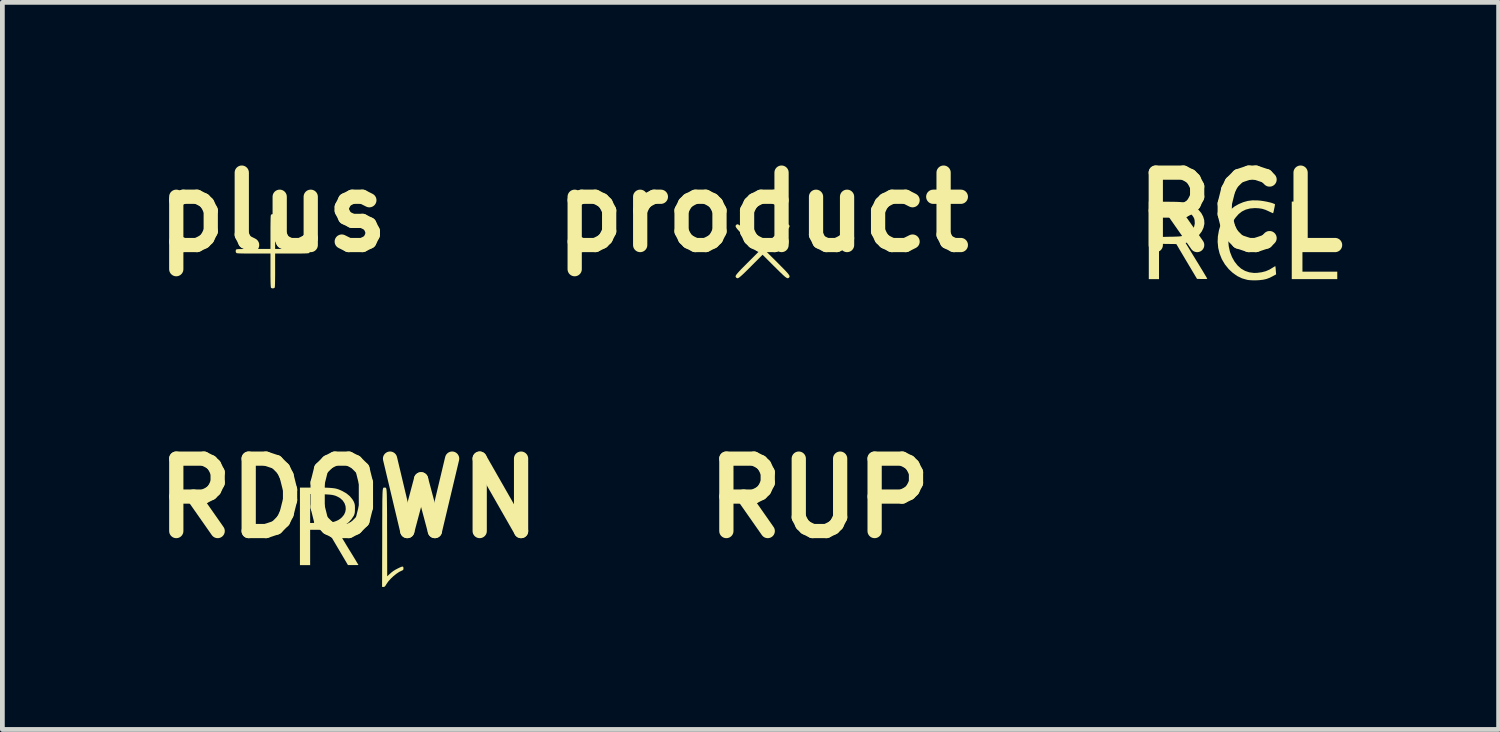
<source format=kicad_pcb>
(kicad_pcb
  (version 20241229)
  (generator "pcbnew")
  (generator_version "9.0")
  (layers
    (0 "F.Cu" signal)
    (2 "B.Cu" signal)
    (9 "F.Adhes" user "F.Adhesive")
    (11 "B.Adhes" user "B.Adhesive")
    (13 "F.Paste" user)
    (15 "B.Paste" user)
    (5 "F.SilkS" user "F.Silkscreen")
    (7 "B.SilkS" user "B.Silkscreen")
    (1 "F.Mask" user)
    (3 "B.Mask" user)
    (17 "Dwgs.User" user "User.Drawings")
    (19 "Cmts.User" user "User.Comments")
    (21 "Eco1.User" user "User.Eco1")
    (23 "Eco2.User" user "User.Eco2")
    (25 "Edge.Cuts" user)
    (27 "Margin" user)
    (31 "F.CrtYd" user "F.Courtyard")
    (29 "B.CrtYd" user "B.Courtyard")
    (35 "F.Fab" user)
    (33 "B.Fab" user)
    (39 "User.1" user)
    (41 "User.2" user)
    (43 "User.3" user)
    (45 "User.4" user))
  (footprint "RDOWN"
    (layer "F.Cu")
    (at 4.289 7.438)
    (property "Reference" "RDOWN" (at 0 0 0) (layer "F.SilkS") (effects (font (size 1.524 1.524) (thickness 0.3))))
    (attr board_only exclude_from_pos_files exclude_from_bom)
    (fp_poly (pts (xy 0.75 -0.225) (xy 0.757 -0.225) (xy 0.758 -0.225) (xy 0.766 -0.225) (xy 0.773 -0.224) (xy 0.779 -0.222) (xy 0.785 -0.218) (xy 0.789 -0.209) (xy 0.793 -0.195) (xy 0.796 -0.175) (xy 0.799 -0.147) (xy 0.801 -0.111) (xy 0.803 -0.066) (xy 0.804 -0.009) (xy 0.805 0.059) (xy 0.806 0.141) (xy 0.807 0.237) (xy 0.808 0.348) (xy 0.808 0.475) (xy 0.808 0.621) (xy 0.809 0.725) (xy 0.811 1.642) (xy 0.854 1.602) (xy 0.9 1.561) (xy 0.941 1.53) (xy 0.986 1.502) (xy 1.04 1.474) (xy 1.086 1.452) (xy 1.118 1.44) (xy 1.137 1.437) (xy 1.148 1.444) (xy 1.152 1.46) (xy 1.153 1.473) (xy 1.151 1.499) (xy 1.141 1.512) (xy 1.118 1.523) (xy 1.064 1.549) (xy 1.004 1.589) (xy 0.943 1.638) (xy 0.885 1.693) (xy 0.834 1.75) (xy 0.795 1.806) (xy 0.792 1.811) (xy 0.773 1.842) (xy 0.759 1.858) (xy 0.744 1.865) (xy 0.732 1.866) (xy 0.703 1.866) (xy 0.706 0.83) (xy 0.706 0.664) (xy 0.706 0.515) (xy 0.707 0.385) (xy 0.707 0.27) (xy 0.708 0.171) (xy 0.708 0.086) (xy 0.709 0.014) (xy 0.711 -0.046) (xy 0.712 -0.095) (xy 0.714 -0.134) (xy 0.716 -0.165) (xy 0.719 -0.188) (xy 0.723 -0.204) (xy 0.727 -0.215) (xy 0.731 -0.221) (xy 0.737 -0.224) (xy 0.743 -0.225)) (stroke (width 0) (type solid)) (fill yes) (layer "F.SilkS"))
    (fp_poly (pts (xy -0.595 -0.224) (xy -0.508 -0.224) (xy -0.436 -0.222) (xy -0.377 -0.218) (xy -0.326 -0.213) (xy -0.284 -0.207) (xy -0.246 -0.198) (xy -0.21 -0.186) (xy -0.174 -0.171) (xy -0.135 -0.153) (xy -0.131 -0.151) (xy -0.047 -0.103) (xy 0.023 -0.045) (xy 0.078 0.021) (xy 0.104 0.064) (xy 0.117 0.094) (xy 0.125 0.119) (xy 0.13 0.147) (xy 0.132 0.184) (xy 0.132 0.22) (xy 0.131 0.267) (xy 0.129 0.3) (xy 0.123 0.326) (xy 0.114 0.352) (xy 0.103 0.375) (xy 0.057 0.444) (xy -0.004 0.509) (xy -0.079 0.565) (xy -0.165 0.61) (xy -0.196 0.623) (xy -0.224 0.636) (xy -0.242 0.647) (xy -0.247 0.654) (xy -0.241 0.664) (xy -0.227 0.689) (xy -0.204 0.728) (xy -0.174 0.777) (xy -0.138 0.837) (xy -0.097 0.904) (xy -0.053 0.978) (xy -0.02 1.032) (xy 0.027 1.109) (xy 0.071 1.18) (xy 0.11 1.244) (xy 0.144 1.3) (xy 0.171 1.346) (xy 0.191 1.379) (xy 0.203 1.399) (xy 0.205 1.403) (xy 0.196 1.405) (xy 0.171 1.406) (xy 0.135 1.406) (xy 0.095 1.406) (xy -0.015 1.406) (xy -0.453 0.664) (xy -0.811 0.664) (xy -0.811 1.407) (xy -1.026 1.407) (xy -1.026 -0.09) (xy -0.811 -0.09) (xy -0.811 0.52) (xy -0.584 0.516) (xy -0.509 0.514) (xy -0.451 0.512) (xy -0.406 0.51) (xy -0.372 0.507) (xy -0.345 0.503) (xy -0.322 0.498) (xy -0.3 0.491) (xy -0.294 0.49) (xy -0.245 0.471) (xy -0.207 0.451) (xy -0.173 0.427) (xy -0.143 0.401) (xy -0.099 0.348) (xy -0.072 0.289) (xy -0.061 0.226) (xy -0.067 0.163) (xy -0.088 0.103) (xy -0.125 0.047) (xy -0.177 -0.000351) (xy -0.201 -0.016) (xy -0.237 -0.035) (xy -0.271 -0.051) (xy -0.307 -0.062) (xy -0.348 -0.071) (xy -0.398 -0.077) (xy -0.458 -0.081) (xy -0.534 -0.084) (xy -0.589 -0.086) (xy -0.811 -0.09) (xy -1.026 -0.09) (xy -1.026 -0.225) (xy -0.698 -0.225)) (stroke (width 0) (type solid)) (fill yes) (layer "F.SilkS")))
  (footprint "RUP"
    (layer "F.Cu")
    (at 14.198 7.438)
    (property "Reference" "RUP" (at 0 0 0) (layer "F.SilkS") (effects (font (size 1.524 1.524) (thickness 0.3))))
    (attr board_only exclude_from_pos_files exclude_from_bom)
    (fp_poly (pts (xy 0.598 -0.178) (xy 0.61 -0.17) (xy 0.623 -0.153) (xy 0.636 -0.133) (xy 0.671 -0.084) (xy 0.713 -0.037) (xy 0.76 0.008) (xy 0.809 0.047) (xy 0.856 0.077) (xy 0.896 0.094) (xy 0.913 0.102) (xy 0.92 0.112) (xy 0.922 0.132) (xy 0.922 0.133) (xy 0.92 0.154) (xy 0.914 0.163) (xy 0.908 0.164) (xy 0.889 0.16) (xy 0.861 0.148) (xy 0.826 0.13) (xy 0.789 0.109) (xy 0.753 0.086) (xy 0.721 0.063) (xy 0.7 0.046) (xy 0.649 -0.001) (xy 0.647 0.733) (xy 0.646 0.859) (xy 0.646 0.971) (xy 0.645 1.069) (xy 0.645 1.154) (xy 0.644 1.227) (xy 0.644 1.289) (xy 0.643 1.34) (xy 0.642 1.382) (xy 0.641 1.415) (xy 0.64 1.44) (xy 0.638 1.458) (xy 0.637 1.47) (xy 0.635 1.477) (xy 0.634 1.479) (xy 0.616 1.49) (xy 0.592 1.491) (xy 0.578 1.485) (xy 0.576 1.482) (xy 0.575 1.476) (xy 0.573 1.466) (xy 0.572 1.451) (xy 0.571 1.43) (xy 0.57 1.403) (xy 0.569 1.368) (xy 0.568 1.324) (xy 0.567 1.272) (xy 0.567 1.209) (xy 0.566 1.135) (xy 0.566 1.05) (xy 0.565 0.951) (xy 0.565 0.84) (xy 0.565 0.714) (xy 0.564 0.649) (xy 0.562 -0.18) (xy 0.585 -0.18)) (stroke (width 0) (type solid)) (fill yes) (layer "F.Mask"))
    (fp_poly (pts (xy -0.476 -0.18) (xy -0.406 -0.179) (xy -0.349 -0.177) (xy -0.301 -0.175) (xy -0.261 -0.171) (xy -0.227 -0.165) (xy -0.196 -0.158) (xy -0.168 -0.149) (xy -0.139 -0.137) (xy -0.108 -0.123) (xy -0.105 -0.121) (xy -0.038 -0.082) (xy 0.019 -0.036) (xy 0.062 0.017) (xy 0.083 0.052) (xy 0.093 0.075) (xy 0.1 0.095) (xy 0.104 0.118) (xy 0.105 0.147) (xy 0.105 0.176) (xy 0.105 0.213) (xy 0.103 0.24) (xy 0.099 0.261) (xy 0.091 0.281) (xy 0.082 0.3) (xy 0.046 0.355) (xy -0.003 0.407) (xy -0.063 0.452) (xy -0.132 0.488) (xy -0.157 0.498) (xy -0.179 0.508) (xy -0.194 0.518) (xy -0.197 0.523) (xy -0.193 0.531) (xy -0.181 0.551) (xy -0.163 0.582) (xy -0.139 0.622) (xy -0.11 0.669) (xy -0.078 0.723) (xy -0.042 0.782) (xy -0.016 0.825) (xy 0.022 0.887) (xy 0.057 0.944) (xy 0.088 0.995) (xy 0.115 1.04) (xy 0.137 1.076) (xy 0.153 1.103) (xy 0.162 1.118) (xy 0.164 1.122) (xy 0.157 1.123) (xy 0.137 1.124) (xy 0.108 1.125) (xy 0.076 1.125) (xy -0.012 1.124) (xy -0.362 0.531) (xy -0.648 0.531) (xy -0.648 1.125) (xy -0.82 1.125) (xy -0.82 -0.072) (xy -0.648 -0.072) (xy -0.648 0.416) (xy -0.467 0.412) (xy -0.407 0.411) (xy -0.361 0.41) (xy -0.325 0.408) (xy -0.297 0.406) (xy -0.276 0.403) (xy -0.257 0.398) (xy -0.24 0.393) (xy -0.236 0.392) (xy -0.196 0.376) (xy -0.165 0.361) (xy -0.138 0.342) (xy -0.115 0.321) (xy -0.079 0.278) (xy -0.057 0.231) (xy -0.049 0.181) (xy -0.053 0.13) (xy -0.07 0.082) (xy -0.1 0.038) (xy -0.142 -0.000281) (xy -0.161 -0.013) (xy -0.189 -0.028) (xy -0.217 -0.041) (xy -0.246 -0.05) (xy -0.279 -0.057) (xy -0.318 -0.062) (xy -0.367 -0.065) (xy -0.427 -0.067) (xy -0.471 -0.068) (xy -0.648 -0.072) (xy -0.82 -0.072) (xy -0.82 -0.18) (xy -0.558 -0.18)) (stroke (width 0) (type solid)) (fill yes) (layer "F.Mask")))
  (footprint "plus"
    (layer "F.Cu")
    (at 2.692 1.418)
    (property "Reference" "plus" (at 0 0 0) (layer "F.SilkS") (effects (font (size 1.524 1.524) (thickness 0.3))))
    (attr board_only exclude_from_pos_files exclude_from_bom)
    (fp_poly (pts (xy 0.024 0.043) (xy 0.037 0.051) (xy 0.04 0.06) (xy 0.043 0.08) (xy 0.045 0.113) (xy 0.047 0.16) (xy 0.048 0.222) (xy 0.049 0.301) (xy 0.049 0.398) (xy 0.049 0.417) (xy 0.049 0.772) (xy 0.403 0.772) (xy 0.504 0.772) (xy 0.586 0.773) (xy 0.651 0.774) (xy 0.7 0.775) (xy 0.736 0.777) (xy 0.758 0.78) (xy 0.769 0.783) (xy 0.77 0.783) (xy 0.78 0.805) (xy 0.78 0.832) (xy 0.77 0.854) (xy 0.763 0.859) (xy 0.747 0.862) (xy 0.713 0.865) (xy 0.661 0.867) (xy 0.592 0.868) (xy 0.508 0.869) (xy 0.408 0.869) (xy 0.396 0.869) (xy 0.049 0.869) (xy 0.049 1.224) (xy 0.049 1.324) (xy 0.048 1.406) (xy 0.047 1.471) (xy 0.046 1.521) (xy 0.044 1.556) (xy 0.041 1.579) (xy 0.038 1.59) (xy 0.037 1.59) (xy 0.019 1.599) (xy 0 1.602) (xy -0.024 1.598) (xy -0.037 1.59) (xy -0.04 1.582) (xy -0.043 1.561) (xy -0.045 1.528) (xy -0.047 1.482) (xy -0.048 1.419) (xy -0.049 1.341) (xy -0.049 1.244) (xy -0.049 1.224) (xy -0.049 0.869) (xy -0.396 0.869) (xy -0.498 0.869) (xy -0.584 0.868) (xy -0.654 0.867) (xy -0.708 0.865) (xy -0.744 0.863) (xy -0.762 0.86) (xy -0.763 0.859) (xy -0.777 0.842) (xy -0.782 0.817) (xy -0.776 0.792) (xy -0.77 0.783) (xy -0.761 0.78) (xy -0.741 0.777) (xy -0.708 0.775) (xy -0.661 0.774) (xy -0.599 0.773) (xy -0.52 0.772) (xy -0.423 0.772) (xy -0.403 0.772) (xy -0.049 0.772) (xy -0.049 0.417) (xy -0.049 0.317) (xy -0.048 0.235) (xy -0.047 0.17) (xy -0.046 0.12) (xy -0.044 0.085) (xy -0.041 0.062) (xy -0.038 0.052) (xy -0.037 0.051) (xy -0.019 0.042) (xy 0 0.039)) (stroke (width 0) (type solid)) (fill yes) (layer "F.SilkS")))
  (footprint "product"
    (layer "F.Cu")
    (at 13.001 1.418)
    (property "Reference" "product" (at 0 0 0) (layer "F.SilkS") (effects (font (size 1.524 1.524) (thickness 0.3))))
    (attr board_only exclude_from_pos_files exclude_from_bom)
    (fp_poly (pts (xy 0.544 0.257) (xy 0.554 0.265) (xy 0.555 0.266) (xy 0.563 0.276) (xy 0.568 0.286) (xy 0.567 0.299) (xy 0.56 0.316) (xy 0.545 0.337) (xy 0.522 0.365) (xy 0.49 0.401) (xy 0.447 0.446) (xy 0.392 0.501) (xy 0.325 0.569) (xy 0.32 0.574) (xy 0.073 0.821) (xy 0.32 1.067) (xy 0.388 1.136) (xy 0.444 1.192) (xy 0.488 1.238) (xy 0.521 1.274) (xy 0.544 1.303) (xy 0.559 1.324) (xy 0.567 1.341) (xy 0.568 1.354) (xy 0.564 1.365) (xy 0.556 1.375) (xy 0.555 1.376) (xy 0.545 1.384) (xy 0.534 1.388) (xy 0.521 1.387) (xy 0.505 1.38) (xy 0.484 1.366) (xy 0.456 1.343) (xy 0.42 1.31) (xy 0.375 1.267) (xy 0.319 1.212) (xy 0.251 1.144) (xy 0.247 1.141) (xy -0.000184 0.894) (xy -0.247 1.141) (xy -0.315 1.209) (xy -0.372 1.265) (xy -0.417 1.308) (xy -0.454 1.341) (xy -0.482 1.365) (xy -0.504 1.38) (xy -0.52 1.387) (xy -0.533 1.388) (xy -0.544 1.384) (xy -0.554 1.376) (xy -0.555 1.376) (xy -0.563 1.365) (xy -0.568 1.355) (xy -0.567 1.342) (xy -0.56 1.325) (xy -0.545 1.304) (xy -0.522 1.276) (xy -0.49 1.241) (xy -0.447 1.195) (xy -0.392 1.14) (xy -0.325 1.072) (xy -0.32 1.067) (xy -0.073 0.821) (xy -0.32 0.574) (xy -0.388 0.505) (xy -0.444 0.449) (xy -0.488 0.403) (xy -0.521 0.367) (xy -0.544 0.339) (xy -0.559 0.317) (xy -0.567 0.3) (xy -0.568 0.287) (xy -0.564 0.276) (xy -0.556 0.266) (xy -0.555 0.266) (xy -0.545 0.257) (xy -0.534 0.253) (xy -0.521 0.254) (xy -0.505 0.261) (xy -0.483 0.275) (xy -0.456 0.298) (xy -0.42 0.331) (xy -0.375 0.374) (xy -0.319 0.428) (xy -0.251 0.496) (xy -0.247 0.501) (xy 0 0.747) (xy 0.247 0.501) (xy 0.315 0.432) (xy 0.372 0.377) (xy 0.417 0.333) (xy 0.454 0.3) (xy 0.482 0.276) (xy 0.504 0.261) (xy 0.52 0.254) (xy 0.533 0.253)) (stroke (width 0) (type solid)) (fill yes) (layer "F.SilkS")))
  (footprint "RCL"
    (layer "F.Cu")
    (at 23.055 1.418)
    (property "Reference" "RCL" (at 0 0 0) (layer "F.SilkS") (effects (font (size 1.524 1.524) (thickness 0.3))))
    (attr board_only exclude_from_pos_files exclude_from_bom)
    (fp_poly (pts (xy 1.309 1.25) (xy 2.042 1.25) (xy 2.042 1.407) (xy 1.084 1.407) (xy 1.084 -0.225) (xy 1.309 -0.225)) (stroke (width 0) (type solid)) (fill yes) (layer "F.SilkS"))
    (fp_poly (pts (xy -1.566 -0.222) (xy -1.465 -0.221) (xy -1.382 -0.22) (xy -1.313 -0.218) (xy -1.257 -0.215) (xy -1.211 -0.211) (xy -1.173 -0.206) (xy -1.14 -0.199) (xy -1.11 -0.19) (xy -1.08 -0.179) (xy -1.049 -0.165) (xy -1.02 -0.15) (xy -0.94 -0.103) (xy -0.873 -0.046) (xy -0.819 0.019) (xy -0.781 0.09) (xy -0.759 0.164) (xy -0.755 0.24) (xy -0.756 0.248) (xy -0.774 0.327) (xy -0.81 0.403) (xy -0.862 0.472) (xy -0.929 0.534) (xy -1.01 0.586) (xy -1.085 0.621) (xy -1.15 0.647) (xy -0.926 1.014) (xy -0.879 1.09) (xy -0.835 1.163) (xy -0.795 1.228) (xy -0.761 1.285) (xy -0.733 1.332) (xy -0.712 1.367) (xy -0.7 1.388) (xy -0.696 1.394) (xy -0.697 1.4) (xy -0.707 1.403) (xy -0.729 1.405) (xy -0.765 1.405) (xy -0.801 1.405) (xy -0.91 1.402) (xy -1.128 1.036) (xy -1.346 0.669) (xy -1.71 0.664) (xy -1.71 1.407) (xy -1.925 1.407) (xy -1.925 -0.09) (xy -1.71 -0.09) (xy -1.71 0.52) (xy -1.482 0.515) (xy -1.407 0.514) (xy -1.348 0.512) (xy -1.302 0.51) (xy -1.266 0.507) (xy -1.238 0.502) (xy -1.214 0.497) (xy -1.194 0.491) (xy -1.115 0.457) (xy -1.051 0.414) (xy -1.003 0.362) (xy -0.971 0.303) (xy -0.957 0.237) (xy -0.961 0.167) (xy -0.969 0.134) (xy -0.987 0.097) (xy -1.017 0.057) (xy -1.055 0.017) (xy -1.096 -0.015) (xy -1.118 -0.028) (xy -1.152 -0.044) (xy -1.184 -0.056) (xy -1.218 -0.066) (xy -1.257 -0.073) (xy -1.304 -0.078) (xy -1.362 -0.081) (xy -1.434 -0.084) (xy -1.487 -0.085) (xy -1.71 -0.09) (xy -1.925 -0.09) (xy -1.925 -0.226)) (stroke (width 0) (type solid)) (fill yes) (layer "F.SilkS"))
    (fp_poly (pts (xy 0.363 -0.25) (xy 0.421 -0.245) (xy 0.486 -0.236) (xy 0.552 -0.224) (xy 0.614 -0.21) (xy 0.667 -0.196) (xy 0.701 -0.183) (xy 0.721 -0.175) (xy 0.73 -0.171) (xy 0.73 -0.162) (xy 0.727 -0.138) (xy 0.721 -0.105) (xy 0.713 -0.069) (xy 0.706 -0.033) (xy 0.699 -0.003) (xy 0.693 0.016) (xy 0.691 0.02) (xy 0.679 0.016) (xy 0.655 0.005) (xy 0.621 -0.01) (xy 0.603 -0.019) (xy 0.53 -0.052) (xy 0.462 -0.073) (xy 0.393 -0.084) (xy 0.314 -0.088) (xy 0.305 -0.088) (xy 0.205 -0.08) (xy 0.115 -0.056) (xy 0.034 -0.016) (xy -0.038 0.042) (xy -0.104 0.118) (xy -0.127 0.152) (xy -0.183 0.255) (xy -0.223 0.366) (xy -0.246 0.482) (xy -0.252 0.601) (xy -0.242 0.719) (xy -0.216 0.835) (xy -0.173 0.945) (xy -0.121 1.037) (xy -0.056 1.12) (xy 0.018 1.186) (xy 0.101 1.234) (xy 0.191 1.264) (xy 0.289 1.277) (xy 0.356 1.275) (xy 0.453 1.262) (xy 0.538 1.24) (xy 0.616 1.206) (xy 0.692 1.16) (xy 0.716 1.145) (xy 0.733 1.136) (xy 0.738 1.135) (xy 0.741 1.146) (xy 0.744 1.172) (xy 0.747 1.208) (xy 0.748 1.223) (xy 0.755 1.307) (xy 0.689 1.343) (xy 0.619 1.379) (xy 0.551 1.404) (xy 0.48 1.42) (xy 0.4 1.429) (xy 0.342 1.432) (xy 0.256 1.432) (xy 0.188 1.428) (xy 0.147 1.422) (xy 0.038 1.391) (xy -0.062 1.343) (xy -0.156 1.277) (xy -0.242 1.197) (xy -0.322 1.098) (xy -0.387 0.989) (xy -0.434 0.871) (xy -0.464 0.748) (xy -0.476 0.621) (xy -0.471 0.507) (xy -0.448 0.376) (xy -0.41 0.254) (xy -0.358 0.142) (xy -0.292 0.042) (xy -0.214 -0.045) (xy -0.125 -0.119) (xy -0.035 -0.171) (xy 0.062 -0.212) (xy 0.158 -0.239) (xy 0.256 -0.251)) (stroke (width 0) (type solid)) (fill yes) (layer "F.SilkS")))
  (gr_rect
    (start -3 -3)
    (end 28.493 12.304)
    (stroke (width 0.1) (type default))
    (fill no)
    (layer "Edge.Cuts")))
</source>
